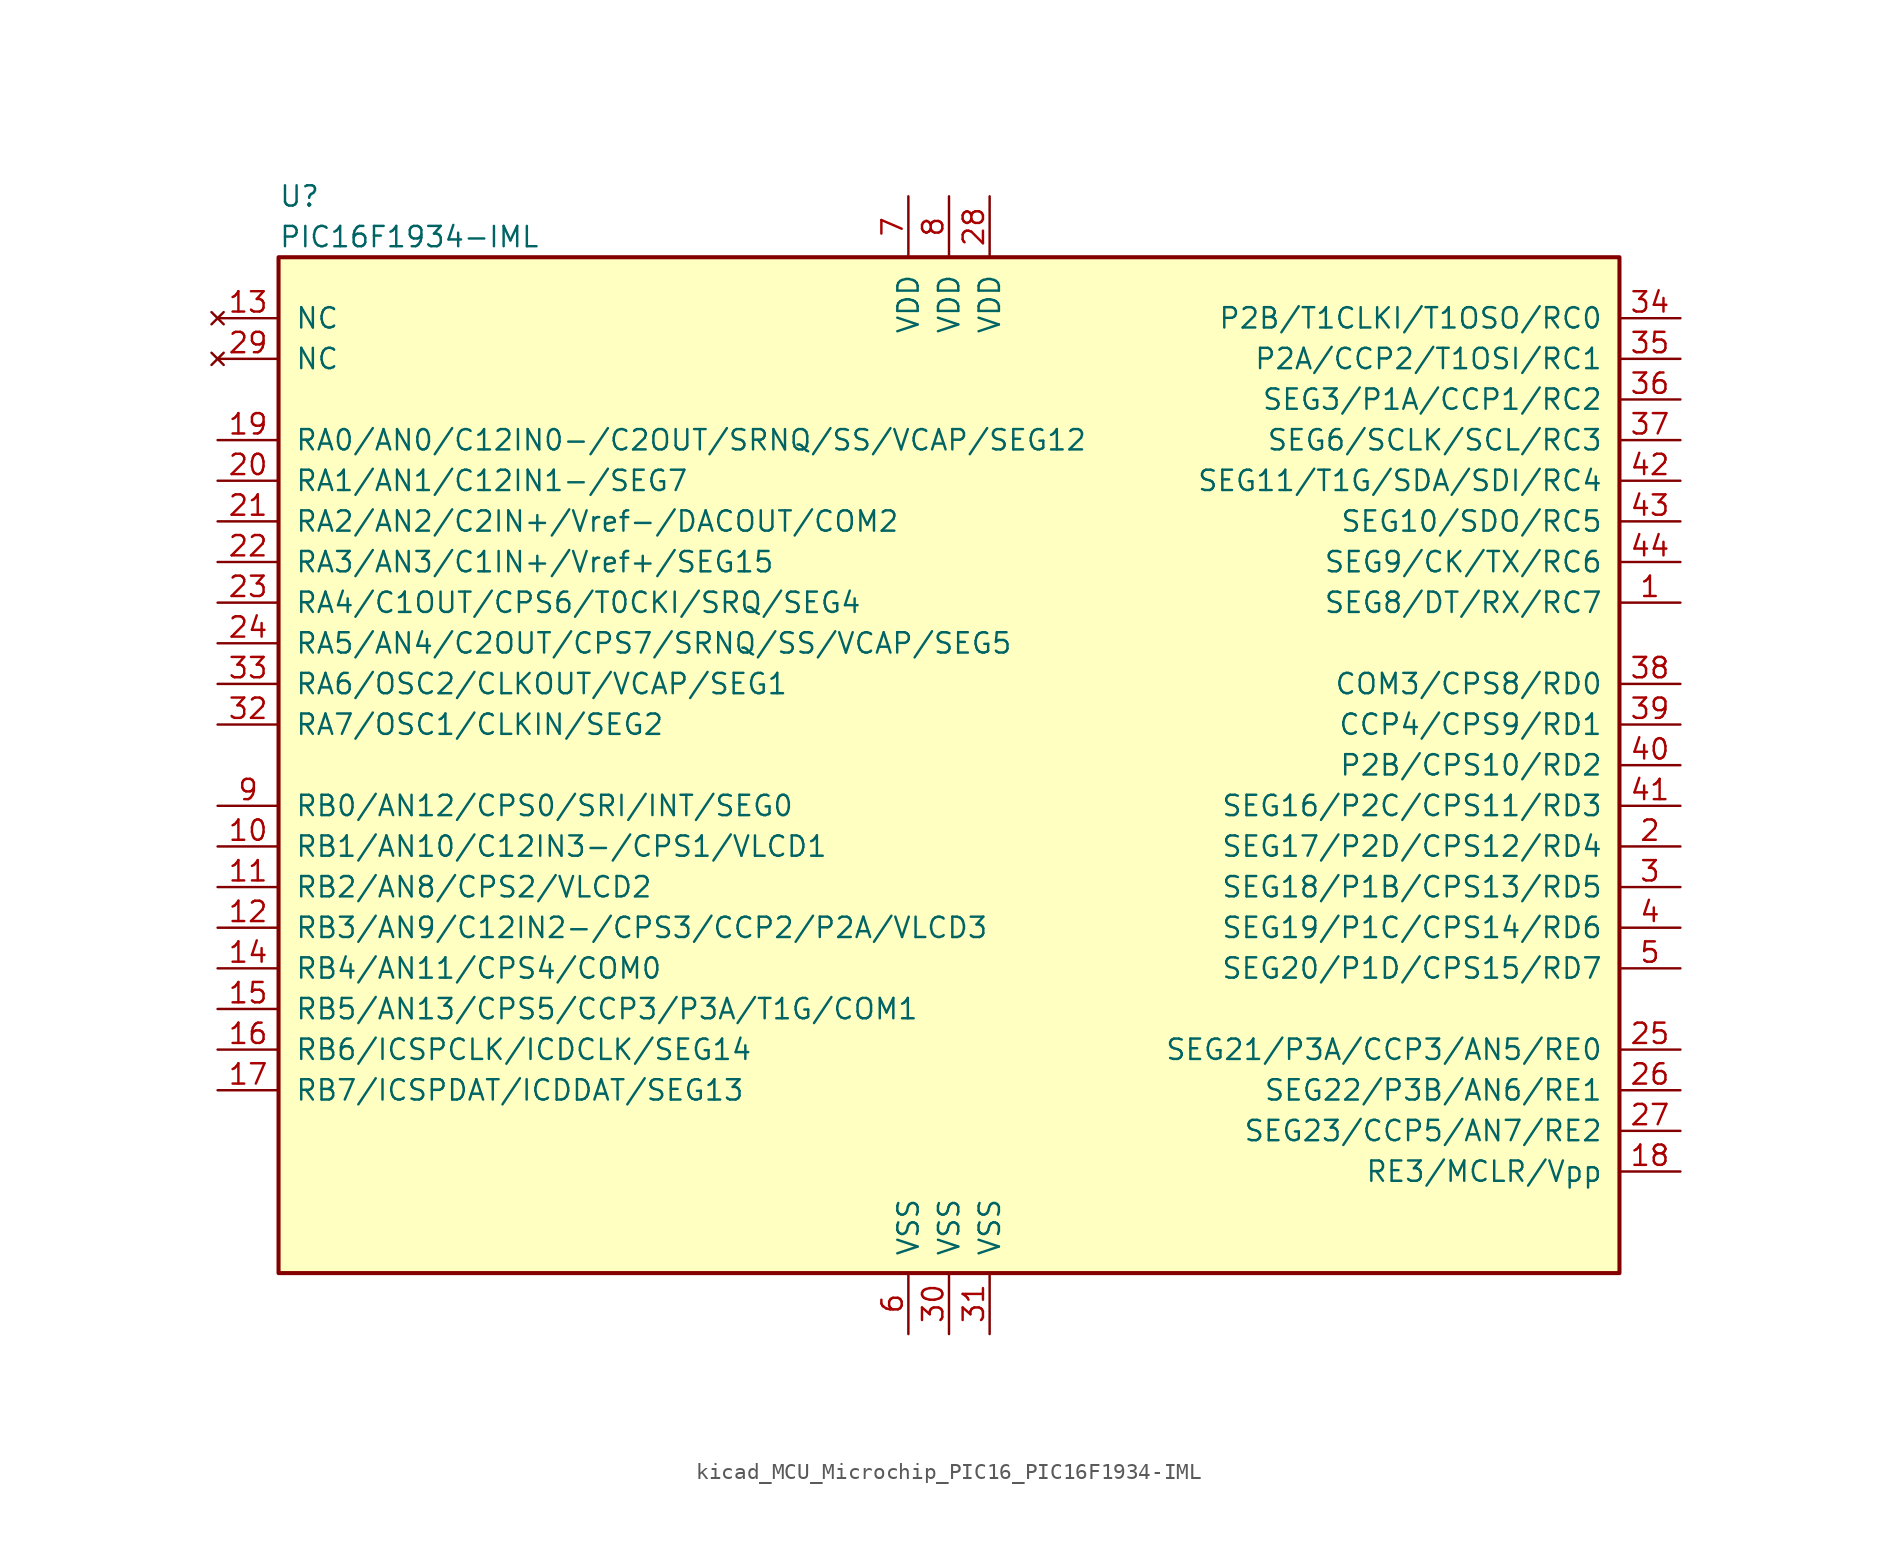
<source format=kicad_sym>
(kicad_symbol_lib
  (version 20220914)
  (generator kicad_symbol_editor)
  (symbol "kicad_MCU_Microchip_PIC16_PIC16F1934-IML"
    (pin_names
      (offset 1.016))
    (property "Reference" "U"
      (at -41.91 35.56 0)
      (effects (font (size 1.27 1.27)) (justify left)))
    (property "Value" "PIC16F1934-IML"
      (at -41.91 33.02 0)
      (effects (font (size 1.27 1.27)) (justify left)))
    (symbol "kicad_MCU_Microchip_PIC16_PIC16F1934-IML_0_1"
      (rectangle (start -41.91 31.75) (end 41.91 -31.75) (stroke (width 0.254) (type default)) (fill (type background))))
    (symbol "kicad_MCU_Microchip_PIC16_PIC16F1934-IML_1_1"
      (pin bidirectional line (at 45.72 10.16 180) (length 3.81) (name "SEG8/DT/RX/RC7" (effects (font (size 1.27 1.27)))) (number "1" (effects (font (size 1.27 1.27)))))
      (pin bidirectional line (at -45.72 -5.08 0) (length 3.81) (name "RB1/AN10/C12IN3-/CPS1/VLCD1" (effects (font (size 1.27 1.27)))) (number "10" (effects (font (size 1.27 1.27)))))
      (pin bidirectional line (at -45.72 -7.62 0) (length 3.81) (name "RB2/AN8/CPS2/VLCD2" (effects (font (size 1.27 1.27)))) (number "11" (effects (font (size 1.27 1.27)))))
      (pin bidirectional line (at -45.72 -10.16 0) (length 3.81) (name "RB3/AN9/C12IN2-/CPS3/CCP2/P2A/VLCD3" (effects (font (size 1.27 1.27)))) (number "12" (effects (font (size 1.27 1.27)))))
      (pin no_connect line (at -45.72 27.94 0) (length 3.81) (name "NC" (effects (font (size 1.27 1.27)))) (number "13" (effects (font (size 1.27 1.27)))))
      (pin bidirectional line (at -45.72 -12.7 0) (length 3.81) (name "RB4/AN11/CPS4/COM0" (effects (font (size 1.27 1.27)))) (number "14" (effects (font (size 1.27 1.27)))))
      (pin bidirectional line (at -45.72 -15.24 0) (length 3.81) (name "RB5/AN13/CPS5/CCP3/P3A/T1G/COM1" (effects (font (size 1.27 1.27)))) (number "15" (effects (font (size 1.27 1.27)))))
      (pin bidirectional line (at -45.72 -17.78 0) (length 3.81) (name "RB6/ICSPCLK/ICDCLK/SEG14" (effects (font (size 1.27 1.27)))) (number "16" (effects (font (size 1.27 1.27)))))
      (pin bidirectional line (at -45.72 -20.32 0) (length 3.81) (name "RB7/ICSPDAT/ICDDAT/SEG13" (effects (font (size 1.27 1.27)))) (number "17" (effects (font (size 1.27 1.27)))))
      (pin bidirectional line (at 45.72 -25.4 180) (length 3.81) (name "RE3/MCLR/Vpp" (effects (font (size 1.27 1.27)))) (number "18" (effects (font (size 1.27 1.27)))))
      (pin bidirectional line (at -45.72 20.32 0) (length 3.81) (name "RA0/AN0/C12IN0-/C2OUT/SRNQ/SS/VCAP/SEG12" (effects (font (size 1.27 1.27)))) (number "19" (effects (font (size 1.27 1.27)))))
      (pin bidirectional line (at 45.72 -5.08 180) (length 3.81) (name "SEG17/P2D/CPS12/RD4" (effects (font (size 1.27 1.27)))) (number "2" (effects (font (size 1.27 1.27)))))
      (pin bidirectional line (at -45.72 17.78 0) (length 3.81) (name "RA1/AN1/C12IN1-/SEG7" (effects (font (size 1.27 1.27)))) (number "20" (effects (font (size 1.27 1.27)))))
      (pin bidirectional line (at -45.72 15.24 0) (length 3.81) (name "RA2/AN2/C2IN+/Vref-/DACOUT/COM2" (effects (font (size 1.27 1.27)))) (number "21" (effects (font (size 1.27 1.27)))))
      (pin bidirectional line (at -45.72 12.7 0) (length 3.81) (name "RA3/AN3/C1IN+/Vref+/SEG15" (effects (font (size 1.27 1.27)))) (number "22" (effects (font (size 1.27 1.27)))))
      (pin bidirectional line (at -45.72 10.16 0) (length 3.81) (name "RA4/C1OUT/CPS6/T0CKI/SRQ/SEG4" (effects (font (size 1.27 1.27)))) (number "23" (effects (font (size 1.27 1.27)))))
      (pin bidirectional line (at -45.72 7.62 0) (length 3.81) (name "RA5/AN4/C2OUT/CPS7/SRNQ/SS/VCAP/SEG5" (effects (font (size 1.27 1.27)))) (number "24" (effects (font (size 1.27 1.27)))))
      (pin bidirectional line (at 45.72 -17.78 180) (length 3.81) (name "SEG21/P3A/CCP3/AN5/RE0" (effects (font (size 1.27 1.27)))) (number "25" (effects (font (size 1.27 1.27)))))
      (pin bidirectional line (at 45.72 -20.32 180) (length 3.81) (name "SEG22/P3B/AN6/RE1" (effects (font (size 1.27 1.27)))) (number "26" (effects (font (size 1.27 1.27)))))
      (pin bidirectional line (at 45.72 -22.86 180) (length 3.81) (name "SEG23/CCP5/AN7/RE2" (effects (font (size 1.27 1.27)))) (number "27" (effects (font (size 1.27 1.27)))))
      (pin power_in line (at 2.54 35.56 270) (length 3.81) (name "VDD" (effects (font (size 1.27 1.27)))) (number "28" (effects (font (size 1.27 1.27)))))
      (pin no_connect line (at -45.72 25.4 0) (length 3.81) (name "NC" (effects (font (size 1.27 1.27)))) (number "29" (effects (font (size 1.27 1.27)))))
      (pin bidirectional line (at 45.72 -7.62 180) (length 3.81) (name "SEG18/P1B/CPS13/RD5" (effects (font (size 1.27 1.27)))) (number "3" (effects (font (size 1.27 1.27)))))
      (pin power_in line (at 0 -35.56 90) (length 3.81) (name "VSS" (effects (font (size 1.27 1.27)))) (number "30" (effects (font (size 1.27 1.27)))))
      (pin power_in line (at 2.54 -35.56 90) (length 3.81) (name "VSS" (effects (font (size 1.27 1.27)))) (number "31" (effects (font (size 1.27 1.27)))))
      (pin bidirectional line (at -45.72 2.54 0) (length 3.81) (name "RA7/OSC1/CLKIN/SEG2" (effects (font (size 1.27 1.27)))) (number "32" (effects (font (size 1.27 1.27)))))
      (pin bidirectional line (at -45.72 5.08 0) (length 3.81) (name "RA6/OSC2/CLKOUT/VCAP/SEG1" (effects (font (size 1.27 1.27)))) (number "33" (effects (font (size 1.27 1.27)))))
      (pin bidirectional line (at 45.72 27.94 180) (length 3.81) (name "P2B/T1CLKI/T1OSO/RC0" (effects (font (size 1.27 1.27)))) (number "34" (effects (font (size 1.27 1.27)))))
      (pin bidirectional line (at 45.72 25.4 180) (length 3.81) (name "P2A/CCP2/T1OSI/RC1" (effects (font (size 1.27 1.27)))) (number "35" (effects (font (size 1.27 1.27)))))
      (pin bidirectional line (at 45.72 22.86 180) (length 3.81) (name "SEG3/P1A/CCP1/RC2" (effects (font (size 1.27 1.27)))) (number "36" (effects (font (size 1.27 1.27)))))
      (pin bidirectional line (at 45.72 20.32 180) (length 3.81) (name "SEG6/SCLK/SCL/RC3" (effects (font (size 1.27 1.27)))) (number "37" (effects (font (size 1.27 1.27)))))
      (pin bidirectional line (at 45.72 5.08 180) (length 3.81) (name "COM3/CPS8/RD0" (effects (font (size 1.27 1.27)))) (number "38" (effects (font (size 1.27 1.27)))))
      (pin bidirectional line (at 45.72 2.54 180) (length 3.81) (name "CCP4/CPS9/RD1" (effects (font (size 1.27 1.27)))) (number "39" (effects (font (size 1.27 1.27)))))
      (pin bidirectional line (at 45.72 -10.16 180) (length 3.81) (name "SEG19/P1C/CPS14/RD6" (effects (font (size 1.27 1.27)))) (number "4" (effects (font (size 1.27 1.27)))))
      (pin bidirectional line (at 45.72 0 180) (length 3.81) (name "P2B/CPS10/RD2" (effects (font (size 1.27 1.27)))) (number "40" (effects (font (size 1.27 1.27)))))
      (pin bidirectional line (at 45.72 -2.54 180) (length 3.81) (name "SEG16/P2C/CPS11/RD3" (effects (font (size 1.27 1.27)))) (number "41" (effects (font (size 1.27 1.27)))))
      (pin bidirectional line (at 45.72 17.78 180) (length 3.81) (name "SEG11/T1G/SDA/SDI/RC4" (effects (font (size 1.27 1.27)))) (number "42" (effects (font (size 1.27 1.27)))))
      (pin bidirectional line (at 45.72 15.24 180) (length 3.81) (name "SEG10/SDO/RC5" (effects (font (size 1.27 1.27)))) (number "43" (effects (font (size 1.27 1.27)))))
      (pin bidirectional line (at 45.72 12.7 180) (length 3.81) (name "SEG9/CK/TX/RC6" (effects (font (size 1.27 1.27)))) (number "44" (effects (font (size 1.27 1.27)))))
      (pin bidirectional line (at 45.72 -12.7 180) (length 3.81) (name "SEG20/P1D/CPS15/RD7" (effects (font (size 1.27 1.27)))) (number "5" (effects (font (size 1.27 1.27)))))
      (pin bidirectional line (at -2.54 -35.56 90) (length 3.81) (name "VSS" (effects (font (size 1.27 1.27)))) (number "6" (effects (font (size 1.27 1.27)))))
      (pin bidirectional line (at -2.54 35.56 270) (length 3.81) (name "VDD" (effects (font (size 1.27 1.27)))) (number "7" (effects (font (size 1.27 1.27)))))
      (pin bidirectional line (at 0 35.56 270) (length 3.81) (name "VDD" (effects (font (size 1.27 1.27)))) (number "8" (effects (font (size 1.27 1.27)))))
      (pin bidirectional line (at -45.72 -2.54 0) (length 3.81) (name "RB0/AN12/CPS0/SRI/INT/SEG0" (effects (font (size 1.27 1.27)))) (number "9" (effects (font (size 1.27 1.27))))))))
</source>
